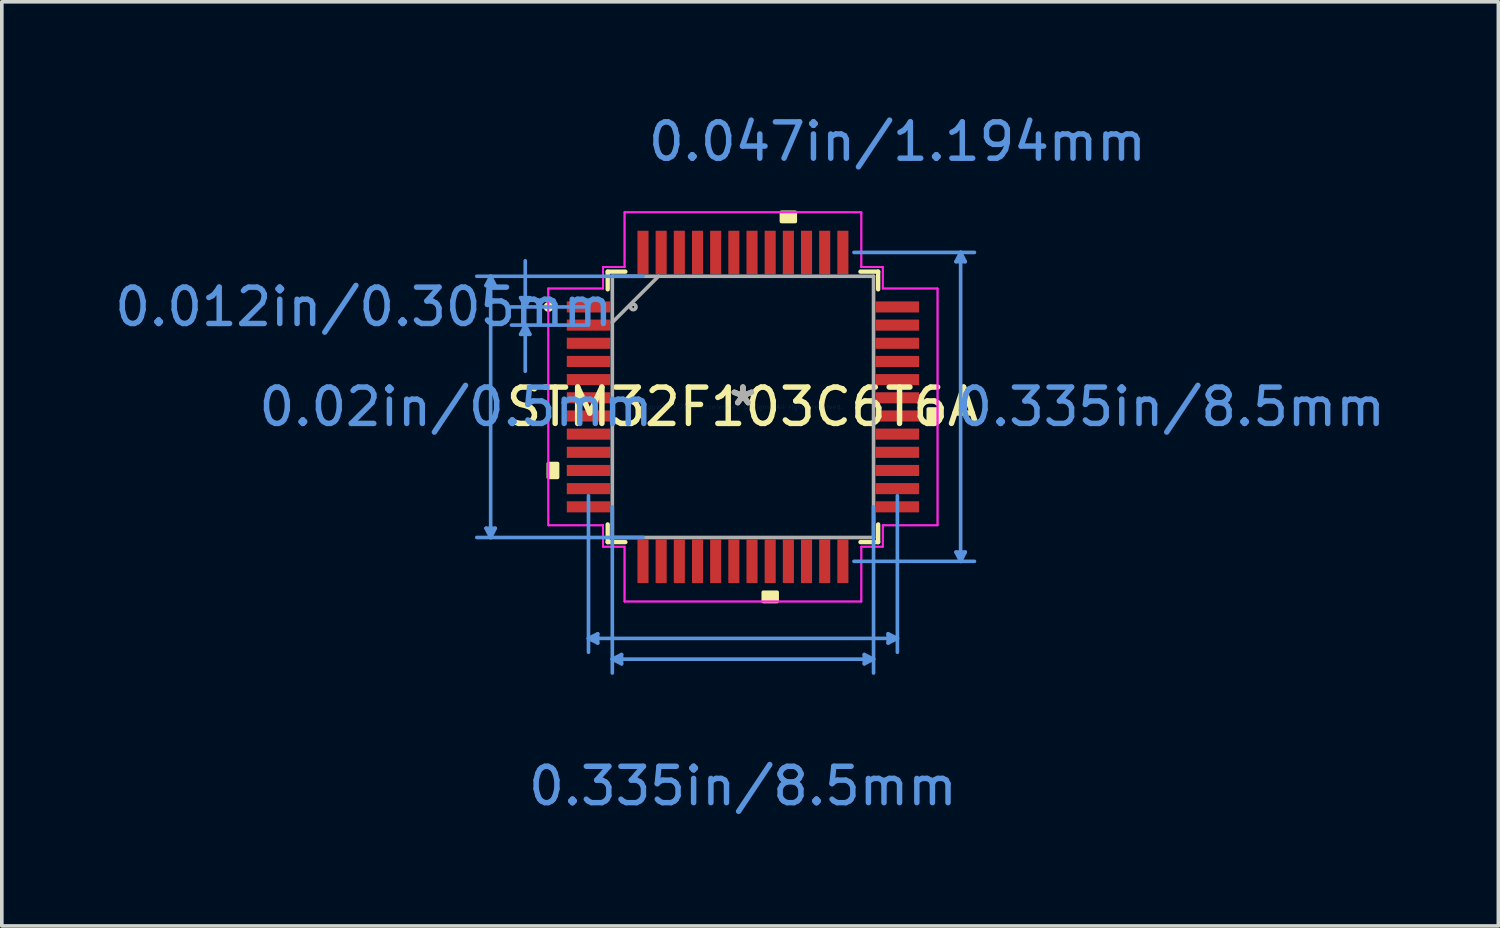
<source format=kicad_pcb>
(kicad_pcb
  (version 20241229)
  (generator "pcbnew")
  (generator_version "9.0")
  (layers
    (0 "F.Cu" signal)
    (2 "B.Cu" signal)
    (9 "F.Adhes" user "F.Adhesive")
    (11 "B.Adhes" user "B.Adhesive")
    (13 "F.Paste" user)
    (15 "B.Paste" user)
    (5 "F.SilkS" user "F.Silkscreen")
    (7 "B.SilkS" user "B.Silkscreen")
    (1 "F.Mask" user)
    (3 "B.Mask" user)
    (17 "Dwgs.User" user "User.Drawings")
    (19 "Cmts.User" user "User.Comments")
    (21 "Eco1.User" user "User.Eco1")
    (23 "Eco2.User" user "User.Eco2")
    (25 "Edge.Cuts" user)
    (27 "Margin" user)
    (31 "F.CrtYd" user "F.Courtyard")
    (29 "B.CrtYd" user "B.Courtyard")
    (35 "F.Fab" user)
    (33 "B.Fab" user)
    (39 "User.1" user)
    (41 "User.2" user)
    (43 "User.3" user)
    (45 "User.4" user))
  (footprint "STM32F103C6T6A"
    (layer "F.Cu")
    (at 17.393 8.146)
    (property "Reference" "STM32F103C6T6A" (at 0 0 0) (layer "F.SilkS") (effects (font (size 1 1) (thickness 0.15))))
    (attr through_hole)
    (fp_line (start -3.721 -3.721) (end -3.721 -3.235) (stroke (width 0.12) (type solid)) (layer "F.SilkS"))
    (fp_line (start -3.721 3.235) (end -3.721 3.721) (stroke (width 0.12) (type solid)) (layer "F.SilkS"))
    (fp_line (start -3.721 3.721) (end -3.235 3.721) (stroke (width 0.12) (type solid)) (layer "F.SilkS"))
    (fp_line (start -3.235 -3.721) (end -3.721 -3.721) (stroke (width 0.12) (type solid)) (layer "F.SilkS"))
    (fp_line (start 3.235 3.721) (end 3.721 3.721) (stroke (width 0.12) (type solid)) (layer "F.SilkS"))
    (fp_line (start 3.721 -3.721) (end 3.235 -3.721) (stroke (width 0.12) (type solid)) (layer "F.SilkS"))
    (fp_line (start 3.721 -3.235) (end 3.721 -3.721) (stroke (width 0.12) (type solid)) (layer "F.SilkS"))
    (fp_line (start 3.721 3.721) (end 3.721 3.235) (stroke (width 0.12) (type solid)) (layer "F.SilkS"))
    (fp_circle (center -5.351 -2.75) (end -5.275 -2.75) (stroke (width 0.12) (type solid)) (fill no) (layer "F.SilkS"))
    (fp_poly (pts (xy -5.355 1.559) (xy -5.355 1.94) (xy -5.101 1.94) (xy -5.101 1.559)) (stroke (width 0.1) (type solid)) (fill yes) (layer "F.SilkS"))
    (fp_poly (pts (xy 0.56 5.101) (xy 0.56 5.355) (xy 0.941 5.355) (xy 0.941 5.101)) (stroke (width 0.1) (type solid)) (fill yes) (layer "F.SilkS"))
    (fp_poly (pts (xy 1.06 -5.101) (xy 1.06 -5.355) (xy 1.44 -5.355) (xy 1.44 -5.101)) (stroke (width 0.1) (type solid)) (fill yes) (layer "F.SilkS"))
    (fp_poly (pts (xy 5.355 0.059) (xy 5.355 0.441) (xy 5.101 0.441) (xy 5.101 0.059)) (stroke (width 0.1) (type solid)) (fill yes) (layer "F.SilkS"))
    (fp_line (start -7.069 -3.34) (end -6.815 -3.34) (stroke (width 0.1) (type solid)) (layer "Cmts.User"))
    (fp_line (start -7.069 3.34) (end -6.815 3.34) (stroke (width 0.1) (type solid)) (layer "Cmts.User"))
    (fp_line (start -6.942 -3.594) (end -7.069 -3.34) (stroke (width 0.1) (type solid)) (layer "Cmts.User"))
    (fp_line (start -6.942 -3.594) (end -6.942 3.594) (stroke (width 0.1) (type solid)) (layer "Cmts.User"))
    (fp_line (start -6.942 -3.594) (end -6.815 -3.34) (stroke (width 0.1) (type solid)) (layer "Cmts.User"))
    (fp_line (start -6.942 3.594) (end -7.069 3.34) (stroke (width 0.1) (type solid)) (layer "Cmts.User"))
    (fp_line (start -6.942 3.594) (end -6.815 3.34) (stroke (width 0.1) (type solid)) (layer "Cmts.User"))
    (fp_line (start -6.117 -3.004) (end -5.863 -3.004) (stroke (width 0.1) (type solid)) (layer "Cmts.User"))
    (fp_line (start -6.117 -1.996) (end -5.863 -1.996) (stroke (width 0.1) (type solid)) (layer "Cmts.User"))
    (fp_line (start -5.99 -2.75) (end -6.117 -3.004) (stroke (width 0.1) (type solid)) (layer "Cmts.User"))
    (fp_line (start -5.99 -2.75) (end -5.99 -4.02) (stroke (width 0.1) (type solid)) (layer "Cmts.User"))
    (fp_line (start -5.99 -2.75) (end -5.863 -3.004) (stroke (width 0.1) (type solid)) (layer "Cmts.User"))
    (fp_line (start -5.99 -2.25) (end -6.117 -1.996) (stroke (width 0.1) (type solid)) (layer "Cmts.User"))
    (fp_line (start -5.99 -2.25) (end -5.99 -0.98) (stroke (width 0.1) (type solid)) (layer "Cmts.User"))
    (fp_line (start -5.99 -2.25) (end -5.863 -1.996) (stroke (width 0.1) (type solid)) (layer "Cmts.User"))
    (fp_line (start -4.25 -2.75) (end -6.371 -2.75) (stroke (width 0.1) (type solid)) (layer "Cmts.User"))
    (fp_line (start -4.25 -2.25) (end -6.371 -2.25) (stroke (width 0.1) (type solid)) (layer "Cmts.User"))
    (fp_line (start -4.25 2.445) (end -4.25 6.752) (stroke (width 0.1) (type solid)) (layer "Cmts.User"))
    (fp_line (start -4.25 6.371) (end -3.996 6.244) (stroke (width 0.1) (type solid)) (layer "Cmts.User"))
    (fp_line (start -4.25 6.371) (end -3.996 6.498) (stroke (width 0.1) (type solid)) (layer "Cmts.User"))
    (fp_line (start -4.25 6.371) (end 4.25 6.371) (stroke (width 0.1) (type solid)) (layer "Cmts.User"))
    (fp_line (start -3.996 6.244) (end -3.996 6.498) (stroke (width 0.1) (type solid)) (layer "Cmts.User"))
    (fp_line (start -3.594 2.75) (end -3.594 7.323) (stroke (width 0.1) (type solid)) (layer "Cmts.User"))
    (fp_line (start -3.594 6.942) (end -3.34 6.815) (stroke (width 0.1) (type solid)) (layer "Cmts.User"))
    (fp_line (start -3.594 6.942) (end -3.34 7.069) (stroke (width 0.1) (type solid)) (layer "Cmts.User"))
    (fp_line (start -3.594 6.942) (end 3.594 6.942) (stroke (width 0.1) (type solid)) (layer "Cmts.User"))
    (fp_line (start -3.34 6.815) (end -3.34 7.069) (stroke (width 0.1) (type solid)) (layer "Cmts.User"))
    (fp_line (start -2.75 -3.594) (end -7.323 -3.594) (stroke (width 0.1) (type solid)) (layer "Cmts.User"))
    (fp_line (start -2.75 3.594) (end -7.323 3.594) (stroke (width 0.1) (type solid)) (layer "Cmts.User"))
    (fp_line (start 3.055 -4.25) (end 6.371 -4.25) (stroke (width 0.1) (type solid)) (layer "Cmts.User"))
    (fp_line (start 3.055 4.25) (end 6.371 4.25) (stroke (width 0.1) (type solid)) (layer "Cmts.User"))
    (fp_line (start 3.34 6.815) (end 3.34 7.069) (stroke (width 0.1) (type solid)) (layer "Cmts.User"))
    (fp_line (start 3.594 2.75) (end 3.594 7.323) (stroke (width 0.1) (type solid)) (layer "Cmts.User"))
    (fp_line (start 3.594 6.942) (end 3.34 6.815) (stroke (width 0.1) (type solid)) (layer "Cmts.User"))
    (fp_line (start 3.594 6.942) (end 3.34 7.069) (stroke (width 0.1) (type solid)) (layer "Cmts.User"))
    (fp_line (start 3.996 6.244) (end 3.996 6.498) (stroke (width 0.1) (type solid)) (layer "Cmts.User"))
    (fp_line (start 4.25 2.445) (end 4.25 6.752) (stroke (width 0.1) (type solid)) (layer "Cmts.User"))
    (fp_line (start 4.25 6.371) (end 3.996 6.244) (stroke (width 0.1) (type solid)) (layer "Cmts.User"))
    (fp_line (start 4.25 6.371) (end 3.996 6.498) (stroke (width 0.1) (type solid)) (layer "Cmts.User"))
    (fp_line (start 5.863 -3.996) (end 6.117 -3.996) (stroke (width 0.1) (type solid)) (layer "Cmts.User"))
    (fp_line (start 5.863 3.996) (end 6.117 3.996) (stroke (width 0.1) (type solid)) (layer "Cmts.User"))
    (fp_line (start 5.99 -4.25) (end 5.863 -3.996) (stroke (width 0.1) (type solid)) (layer "Cmts.User"))
    (fp_line (start 5.99 -4.25) (end 5.99 4.25) (stroke (width 0.1) (type solid)) (layer "Cmts.User"))
    (fp_line (start 5.99 -4.25) (end 6.117 -3.996) (stroke (width 0.1) (type solid)) (layer "Cmts.User"))
    (fp_line (start 5.99 4.25) (end 5.863 3.996) (stroke (width 0.1) (type solid)) (layer "Cmts.User"))
    (fp_line (start 5.99 4.25) (end 6.117 3.996) (stroke (width 0.1) (type solid)) (layer "Cmts.User"))
    (fp_line (start -5.355 -3.258) (end -3.848 -3.258) (stroke (width 0.05) (type solid)) (layer "F.CrtYd"))
    (fp_line (start -5.355 -3.258) (end -3.848 -3.258) (stroke (width 0.05) (type solid)) (layer "F.CrtYd"))
    (fp_line (start -5.355 3.258) (end -5.355 -3.258) (stroke (width 0.05) (type solid)) (layer "F.CrtYd"))
    (fp_line (start -5.355 3.258) (end -5.355 -3.258) (stroke (width 0.05) (type solid)) (layer "F.CrtYd"))
    (fp_line (start -3.848 -3.848) (end -3.258 -3.848) (stroke (width 0.05) (type solid)) (layer "F.CrtYd"))
    (fp_line (start -3.848 -3.848) (end -3.258 -3.848) (stroke (width 0.05) (type solid)) (layer "F.CrtYd"))
    (fp_line (start -3.848 -3.258) (end -3.848 -3.848) (stroke (width 0.05) (type solid)) (layer "F.CrtYd"))
    (fp_line (start -3.848 -3.258) (end -3.848 -3.848) (stroke (width 0.05) (type solid)) (layer "F.CrtYd"))
    (fp_line (start -3.848 3.258) (end -5.355 3.258) (stroke (width 0.05) (type solid)) (layer "F.CrtYd"))
    (fp_line (start -3.848 3.258) (end -5.355 3.258) (stroke (width 0.05) (type solid)) (layer "F.CrtYd"))
    (fp_line (start -3.848 3.848) (end -3.848 3.258) (stroke (width 0.05) (type solid)) (layer "F.CrtYd"))
    (fp_line (start -3.848 3.848) (end -3.848 3.258) (stroke (width 0.05) (type solid)) (layer "F.CrtYd"))
    (fp_line (start -3.258 -5.355) (end 3.258 -5.355) (stroke (width 0.05) (type solid)) (layer "F.CrtYd"))
    (fp_line (start -3.258 -5.355) (end 3.258 -5.355) (stroke (width 0.05) (type solid)) (layer "F.CrtYd"))
    (fp_line (start -3.258 -3.848) (end -3.258 -5.355) (stroke (width 0.05) (type solid)) (layer "F.CrtYd"))
    (fp_line (start -3.258 -3.848) (end -3.258 -5.355) (stroke (width 0.05) (type solid)) (layer "F.CrtYd"))
    (fp_line (start -3.258 3.848) (end -3.848 3.848) (stroke (width 0.05) (type solid)) (layer "F.CrtYd"))
    (fp_line (start -3.258 3.848) (end -3.848 3.848) (stroke (width 0.05) (type solid)) (layer "F.CrtYd"))
    (fp_line (start -3.258 5.355) (end -3.258 3.848) (stroke (width 0.05) (type solid)) (layer "F.CrtYd"))
    (fp_line (start -3.258 5.355) (end -3.258 3.848) (stroke (width 0.05) (type solid)) (layer "F.CrtYd"))
    (fp_line (start 3.258 -5.355) (end 3.258 -3.848) (stroke (width 0.05) (type solid)) (layer "F.CrtYd"))
    (fp_line (start 3.258 -5.355) (end 3.258 -3.848) (stroke (width 0.05) (type solid)) (layer "F.CrtYd"))
    (fp_line (start 3.258 -3.848) (end 3.848 -3.848) (stroke (width 0.05) (type solid)) (layer "F.CrtYd"))
    (fp_line (start 3.258 -3.848) (end 3.848 -3.848) (stroke (width 0.05) (type solid)) (layer "F.CrtYd"))
    (fp_line (start 3.258 3.848) (end 3.258 5.355) (stroke (width 0.05) (type solid)) (layer "F.CrtYd"))
    (fp_line (start 3.258 3.848) (end 3.258 5.355) (stroke (width 0.05) (type solid)) (layer "F.CrtYd"))
    (fp_line (start 3.258 5.355) (end -3.258 5.355) (stroke (width 0.05) (type solid)) (layer "F.CrtYd"))
    (fp_line (start 3.258 5.355) (end -3.258 5.355) (stroke (width 0.05) (type solid)) (layer "F.CrtYd"))
    (fp_line (start 3.848 -3.848) (end 3.848 -3.258) (stroke (width 0.05) (type solid)) (layer "F.CrtYd"))
    (fp_line (start 3.848 -3.848) (end 3.848 -3.258) (stroke (width 0.05) (type solid)) (layer "F.CrtYd"))
    (fp_line (start 3.848 -3.258) (end 5.355 -3.258) (stroke (width 0.05) (type solid)) (layer "F.CrtYd"))
    (fp_line (start 3.848 -3.258) (end 5.355 -3.258) (stroke (width 0.05) (type solid)) (layer "F.CrtYd"))
    (fp_line (start 3.848 3.258) (end 3.848 3.848) (stroke (width 0.05) (type solid)) (layer "F.CrtYd"))
    (fp_line (start 3.848 3.258) (end 3.848 3.848) (stroke (width 0.05) (type solid)) (layer "F.CrtYd"))
    (fp_line (start 3.848 3.848) (end 3.258 3.848) (stroke (width 0.05) (type solid)) (layer "F.CrtYd"))
    (fp_line (start 3.848 3.848) (end 3.258 3.848) (stroke (width 0.05) (type solid)) (layer "F.CrtYd"))
    (fp_line (start 5.355 -3.258) (end 5.355 3.258) (stroke (width 0.05) (type solid)) (layer "F.CrtYd"))
    (fp_line (start 5.355 -3.258) (end 5.355 3.258) (stroke (width 0.05) (type solid)) (layer "F.CrtYd"))
    (fp_line (start 5.355 3.258) (end 3.848 3.258) (stroke (width 0.05) (type solid)) (layer "F.CrtYd"))
    (fp_line (start 5.355 3.258) (end 3.848 3.258) (stroke (width 0.05) (type solid)) (layer "F.CrtYd"))
    (fp_line (start -3.594 -3.594) (end -3.594 3.594) (stroke (width 0.1) (type solid)) (layer "F.Fab"))
    (fp_line (start -3.594 -2.324) (end -2.324 -3.594) (stroke (width 0.1) (type solid)) (layer "F.Fab"))
    (fp_line (start -3.594 3.594) (end 3.594 3.594) (stroke (width 0.1) (type solid)) (layer "F.Fab"))
    (fp_line (start 3.594 -3.594) (end -3.594 -3.594) (stroke (width 0.1) (type solid)) (layer "F.Fab"))
    (fp_line (start 3.594 3.594) (end 3.594 -3.594) (stroke (width 0.1) (type solid)) (layer "F.Fab"))
    (fp_circle (center -3.018 -2.75) (end -2.942 -2.75) (stroke (width 0.1) (type solid)) (fill no) (layer "F.Fab"))
    (fp_text user "*" (at 0 0 0) (layer "F.SilkS") (effects (font (size 1 1) (thickness 0.15))))
    (fp_text user "0.012in/0.305mm" (at -10.435 -2.75 0) (layer "Cmts.User") (effects (font (size 1 1) (thickness 0.15))))
    (fp_text user "0.335in/8.5mm" (at 11.781 0 0) (layer "Cmts.User") (effects (font (size 1 1) (thickness 0.15))))
    (fp_text user "Copyright 2021 Accelerated Designs. All rights reserved." (at 0 0 0) (layer "Cmts.User") (effects (font (size 0.127 0.127) (thickness 0.002))))
    (fp_text user "0.047in/1.194mm" (at 4.25 -7.298 0) (layer "Cmts.User") (effects (font (size 1 1) (thickness 0.15))))
    (fp_text user "0.335in/8.5mm" (at 0 10.435 0) (layer "Cmts.User") (effects (font (size 1 1) (thickness 0.15))))
    (fp_text user "0.02in/0.5mm" (at -7.895 0 0) (layer "Cmts.User") (effects (font (size 1 1) (thickness 0.15))))
    (fp_text user "*" (at 0 0 0) (layer "F.Fab") (effects (font (size 1 1) (thickness 0.15))))
    (pad "1" smd rect (at -4.25 -2.75) (size 1.194 0.305) (layers "F.Cu" "F.Mask" "F.Paste"))
    (pad "2" smd rect (at -4.25 -2.25) (size 1.194 0.305) (layers "F.Cu" "F.Mask" "F.Paste"))
    (pad "3" smd rect (at -4.25 -1.75) (size 1.194 0.305) (layers "F.Cu" "F.Mask" "F.Paste"))
    (pad "4" smd rect (at -4.25 -1.25) (size 1.194 0.305) (layers "F.Cu" "F.Mask" "F.Paste"))
    (pad "5" smd rect (at -4.25 -0.75) (size 1.194 0.305) (layers "F.Cu" "F.Mask" "F.Paste"))
    (pad "6" smd rect (at -4.25 -0.25) (size 1.194 0.305) (layers "F.Cu" "F.Mask" "F.Paste"))
    (pad "7" smd rect (at -4.25 0.25) (size 1.194 0.305) (layers "F.Cu" "F.Mask" "F.Paste"))
    (pad "8" smd rect (at -4.25 0.75) (size 1.194 0.305) (layers "F.Cu" "F.Mask" "F.Paste"))
    (pad "9" smd rect (at -4.25 1.25) (size 1.194 0.305) (layers "F.Cu" "F.Mask" "F.Paste"))
    (pad "10" smd rect (at -4.25 1.75) (size 1.194 0.305) (layers "F.Cu" "F.Mask" "F.Paste"))
    (pad "11" smd rect (at -4.25 2.25) (size 1.194 0.305) (layers "F.Cu" "F.Mask" "F.Paste"))
    (pad "12" smd rect (at -4.25 2.75) (size 1.194 0.305) (layers "F.Cu" "F.Mask" "F.Paste"))
    (pad "13" smd rect (at -2.75 4.25 90) (size 1.194 0.305) (layers "F.Cu" "F.Mask" "F.Paste"))
    (pad "14" smd rect (at -2.25 4.25 90) (size 1.194 0.305) (layers "F.Cu" "F.Mask" "F.Paste"))
    (pad "15" smd rect (at -1.75 4.25 90) (size 1.194 0.305) (layers "F.Cu" "F.Mask" "F.Paste"))
    (pad "16" smd rect (at -1.25 4.25 90) (size 1.194 0.305) (layers "F.Cu" "F.Mask" "F.Paste"))
    (pad "17" smd rect (at -0.75 4.25 90) (size 1.194 0.305) (layers "F.Cu" "F.Mask" "F.Paste"))
    (pad "18" smd rect (at -0.25 4.25 90) (size 1.194 0.305) (layers "F.Cu" "F.Mask" "F.Paste"))
    (pad "19" smd rect (at 0.25 4.25 90) (size 1.194 0.305) (layers "F.Cu" "F.Mask" "F.Paste"))
    (pad "20" smd rect (at 0.75 4.25 90) (size 1.194 0.305) (layers "F.Cu" "F.Mask" "F.Paste"))
    (pad "21" smd rect (at 1.25 4.25 90) (size 1.194 0.305) (layers "F.Cu" "F.Mask" "F.Paste"))
    (pad "22" smd rect (at 1.75 4.25 90) (size 1.194 0.305) (layers "F.Cu" "F.Mask" "F.Paste"))
    (pad "23" smd rect (at 2.25 4.25 90) (size 1.194 0.305) (layers "F.Cu" "F.Mask" "F.Paste"))
    (pad "24" smd rect (at 2.75 4.25 90) (size 1.194 0.305) (layers "F.Cu" "F.Mask" "F.Paste"))
    (pad "25" smd rect (at 4.25 2.75) (size 1.194 0.305) (layers "F.Cu" "F.Mask" "F.Paste"))
    (pad "26" smd rect (at 4.25 2.25) (size 1.194 0.305) (layers "F.Cu" "F.Mask" "F.Paste"))
    (pad "27" smd rect (at 4.25 1.75) (size 1.194 0.305) (layers "F.Cu" "F.Mask" "F.Paste"))
    (pad "28" smd rect (at 4.25 1.25) (size 1.194 0.305) (layers "F.Cu" "F.Mask" "F.Paste"))
    (pad "29" smd rect (at 4.25 0.75) (size 1.194 0.305) (layers "F.Cu" "F.Mask" "F.Paste"))
    (pad "30" smd rect (at 4.25 0.25) (size 1.194 0.305) (layers "F.Cu" "F.Mask" "F.Paste"))
    (pad "31" smd rect (at 4.25 -0.25) (size 1.194 0.305) (layers "F.Cu" "F.Mask" "F.Paste"))
    (pad "32" smd rect (at 4.25 -0.75) (size 1.194 0.305) (layers "F.Cu" "F.Mask" "F.Paste"))
    (pad "33" smd rect (at 4.25 -1.25) (size 1.194 0.305) (layers "F.Cu" "F.Mask" "F.Paste"))
    (pad "34" smd rect (at 4.25 -1.75) (size 1.194 0.305) (layers "F.Cu" "F.Mask" "F.Paste"))
    (pad "35" smd rect (at 4.25 -2.25) (size 1.194 0.305) (layers "F.Cu" "F.Mask" "F.Paste"))
    (pad "36" smd rect (at 4.25 -2.75) (size 1.194 0.305) (layers "F.Cu" "F.Mask" "F.Paste"))
    (pad "37" smd rect (at 2.75 -4.25 90) (size 1.194 0.305) (layers "F.Cu" "F.Mask" "F.Paste"))
    (pad "38" smd rect (at 2.25 -4.25 90) (size 1.194 0.305) (layers "F.Cu" "F.Mask" "F.Paste"))
    (pad "39" smd rect (at 1.75 -4.25 90) (size 1.194 0.305) (layers "F.Cu" "F.Mask" "F.Paste"))
    (pad "40" smd rect (at 1.25 -4.25 90) (size 1.194 0.305) (layers "F.Cu" "F.Mask" "F.Paste"))
    (pad "41" smd rect (at 0.75 -4.25 90) (size 1.194 0.305) (layers "F.Cu" "F.Mask" "F.Paste"))
    (pad "42" smd rect (at 0.25 -4.25 90) (size 1.194 0.305) (layers "F.Cu" "F.Mask" "F.Paste"))
    (pad "43" smd rect (at -0.25 -4.25 90) (size 1.194 0.305) (layers "F.Cu" "F.Mask" "F.Paste"))
    (pad "44" smd rect (at -0.75 -4.25 90) (size 1.194 0.305) (layers "F.Cu" "F.Mask" "F.Paste"))
    (pad "45" smd rect (at -1.25 -4.25 90) (size 1.194 0.305) (layers "F.Cu" "F.Mask" "F.Paste"))
    (pad "46" smd rect (at -1.75 -4.25 90) (size 1.194 0.305) (layers "F.Cu" "F.Mask" "F.Paste"))
    (pad "47" smd rect (at -2.25 -4.25 90) (size 1.194 0.305) (layers "F.Cu" "F.Mask" "F.Paste"))
    (pad "48" smd rect (at -2.75 -4.25 90) (size 1.194 0.305) (layers "F.Cu" "F.Mask" "F.Paste")))
  (gr_rect
    (start -3 -3)
    (end 38.18 22.429)
    (stroke (width 0.1) (type default))
    (fill no)
    (layer "Edge.Cuts")))
</source>
